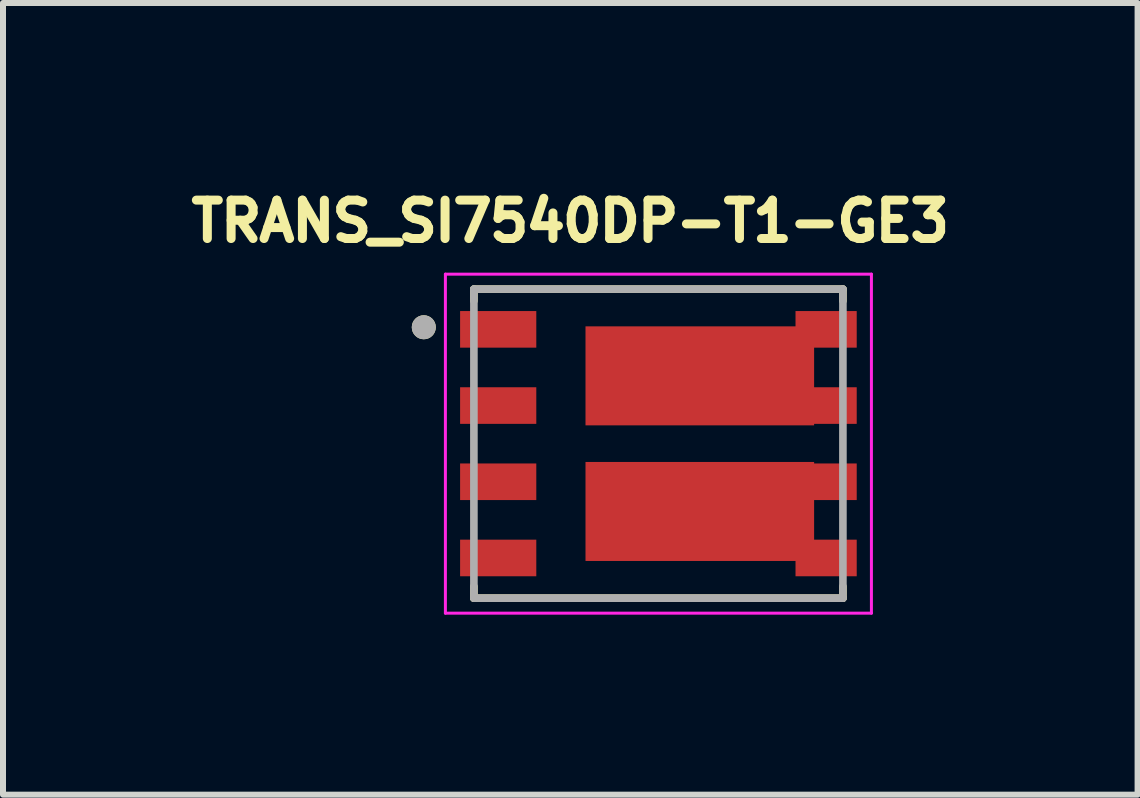
<source format=kicad_pcb>
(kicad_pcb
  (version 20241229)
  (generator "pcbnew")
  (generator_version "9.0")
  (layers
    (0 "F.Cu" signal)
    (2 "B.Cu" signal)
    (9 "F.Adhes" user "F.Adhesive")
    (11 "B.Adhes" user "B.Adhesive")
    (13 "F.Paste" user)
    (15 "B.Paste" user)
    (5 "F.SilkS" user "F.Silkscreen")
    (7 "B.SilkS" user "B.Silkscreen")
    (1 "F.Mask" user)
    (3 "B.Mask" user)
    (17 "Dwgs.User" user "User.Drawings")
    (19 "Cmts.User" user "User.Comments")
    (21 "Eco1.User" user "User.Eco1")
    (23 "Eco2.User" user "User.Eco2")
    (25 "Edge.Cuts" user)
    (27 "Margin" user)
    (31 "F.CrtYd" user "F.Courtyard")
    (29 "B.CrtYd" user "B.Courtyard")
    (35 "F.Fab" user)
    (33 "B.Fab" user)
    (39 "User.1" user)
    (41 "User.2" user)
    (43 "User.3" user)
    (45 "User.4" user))
  (footprint "TRANS_SI7540DP-T1-GE3"
    (layer "F.Cu")
    (at 7.923 4.344)
    (property "Reference" "TRANS_SI7540DP-T1-GE3" (at -1.468 -3.707 0) (layer "F.SilkS") (effects (font (size 0.64 0.64) (thickness 0.15))))
    (attr smd)
    (fp_line (start -3.075 -2.575) (end -3.075 -2.38) (stroke (width 0.127) (type solid)) (layer "F.SilkS"))
    (fp_line (start -3.075 2.38) (end -3.075 2.575) (stroke (width 0.127) (type solid)) (layer "F.SilkS"))
    (fp_line (start -3.075 2.575) (end 3.075 2.575) (stroke (width 0.127) (type solid)) (layer "F.SilkS"))
    (fp_line (start 3.075 -2.575) (end -3.075 -2.575) (stroke (width 0.127) (type solid)) (layer "F.SilkS"))
    (fp_line (start 3.075 -2.38) (end 3.075 -2.575) (stroke (width 0.127) (type solid)) (layer "F.SilkS"))
    (fp_line (start 3.075 2.575) (end 3.075 2.38) (stroke (width 0.127) (type solid)) (layer "F.SilkS"))
    (fp_circle (center -3.91 -1.94) (end -3.81 -1.94) (stroke (width 0.2) (type solid)) (fill no) (layer "F.SilkS"))
    (fp_line (start -3.55 -2.825) (end 3.55 -2.825) (stroke (width 0.05) (type solid)) (layer "F.CrtYd"))
    (fp_line (start -3.55 2.825) (end -3.55 -2.825) (stroke (width 0.05) (type solid)) (layer "F.CrtYd"))
    (fp_line (start 3.55 -2.825) (end 3.55 2.825) (stroke (width 0.05) (type solid)) (layer "F.CrtYd"))
    (fp_line (start 3.55 2.825) (end -3.55 2.825) (stroke (width 0.05) (type solid)) (layer "F.CrtYd"))
    (fp_line (start -3.075 -2.575) (end 3.075 -2.575) (stroke (width 0.127) (type solid)) (layer "F.Fab"))
    (fp_line (start -3.075 2.575) (end -3.075 -2.575) (stroke (width 0.127) (type solid)) (layer "F.Fab"))
    (fp_line (start 3.075 -2.575) (end 3.075 2.575) (stroke (width 0.127) (type solid)) (layer "F.Fab"))
    (fp_line (start 3.075 2.575) (end -3.075 2.575) (stroke (width 0.127) (type solid)) (layer "F.Fab"))
    (fp_circle (center -3.91 -1.94) (end -3.81 -1.94) (stroke (width 0.2) (type solid)) (fill no) (layer "F.Fab"))
    (pad "1" smd rect (at -2.67 -1.905) (size 1.27 0.61) (layers "F.Cu" "F.Mask" "F.Paste"))
    (pad "2" smd rect (at -2.67 -0.635) (size 1.27 0.61) (layers "F.Cu" "F.Mask" "F.Paste"))
    (pad "3" smd rect (at -2.67 0.635) (size 1.27 0.61) (layers "F.Cu" "F.Mask" "F.Paste"))
    (pad "4" smd rect (at -2.67 1.905) (size 1.27 0.61) (layers "F.Cu" "F.Mask" "F.Paste"))
    (pad "5" smd rect (at 2.795 1.905) (size 1.02 0.61) (layers "F.Cu" "F.Mask" "F.Paste"))
    (pad "6" smd rect (at 2.795 0.635) (size 1.02 0.61) (layers "F.Cu" "F.Mask" "F.Paste"))
    (pad "7" smd rect (at 2.795 -0.635) (size 1.02 0.61) (layers "F.Cu" "F.Mask" "F.Paste"))
    (pad "8" smd rect (at 2.795 -1.905) (size 1.02 0.61) (layers "F.Cu" "F.Mask" "F.Paste"))
    (pad "9" smd rect (at 0.69 -1.13) (size 3.81 1.65) (layers "F.Cu" "F.Mask" "F.Paste"))
    (pad "10" smd rect (at 0.69 1.13) (size 3.81 1.65) (layers "F.Cu" "F.Mask" "F.Paste")))
  (gr_rect
    (start -3 -3)
    (end 15.909 10.194)
    (stroke (width 0.1) (type default))
    (fill no)
    (layer "Edge.Cuts")))
</source>
